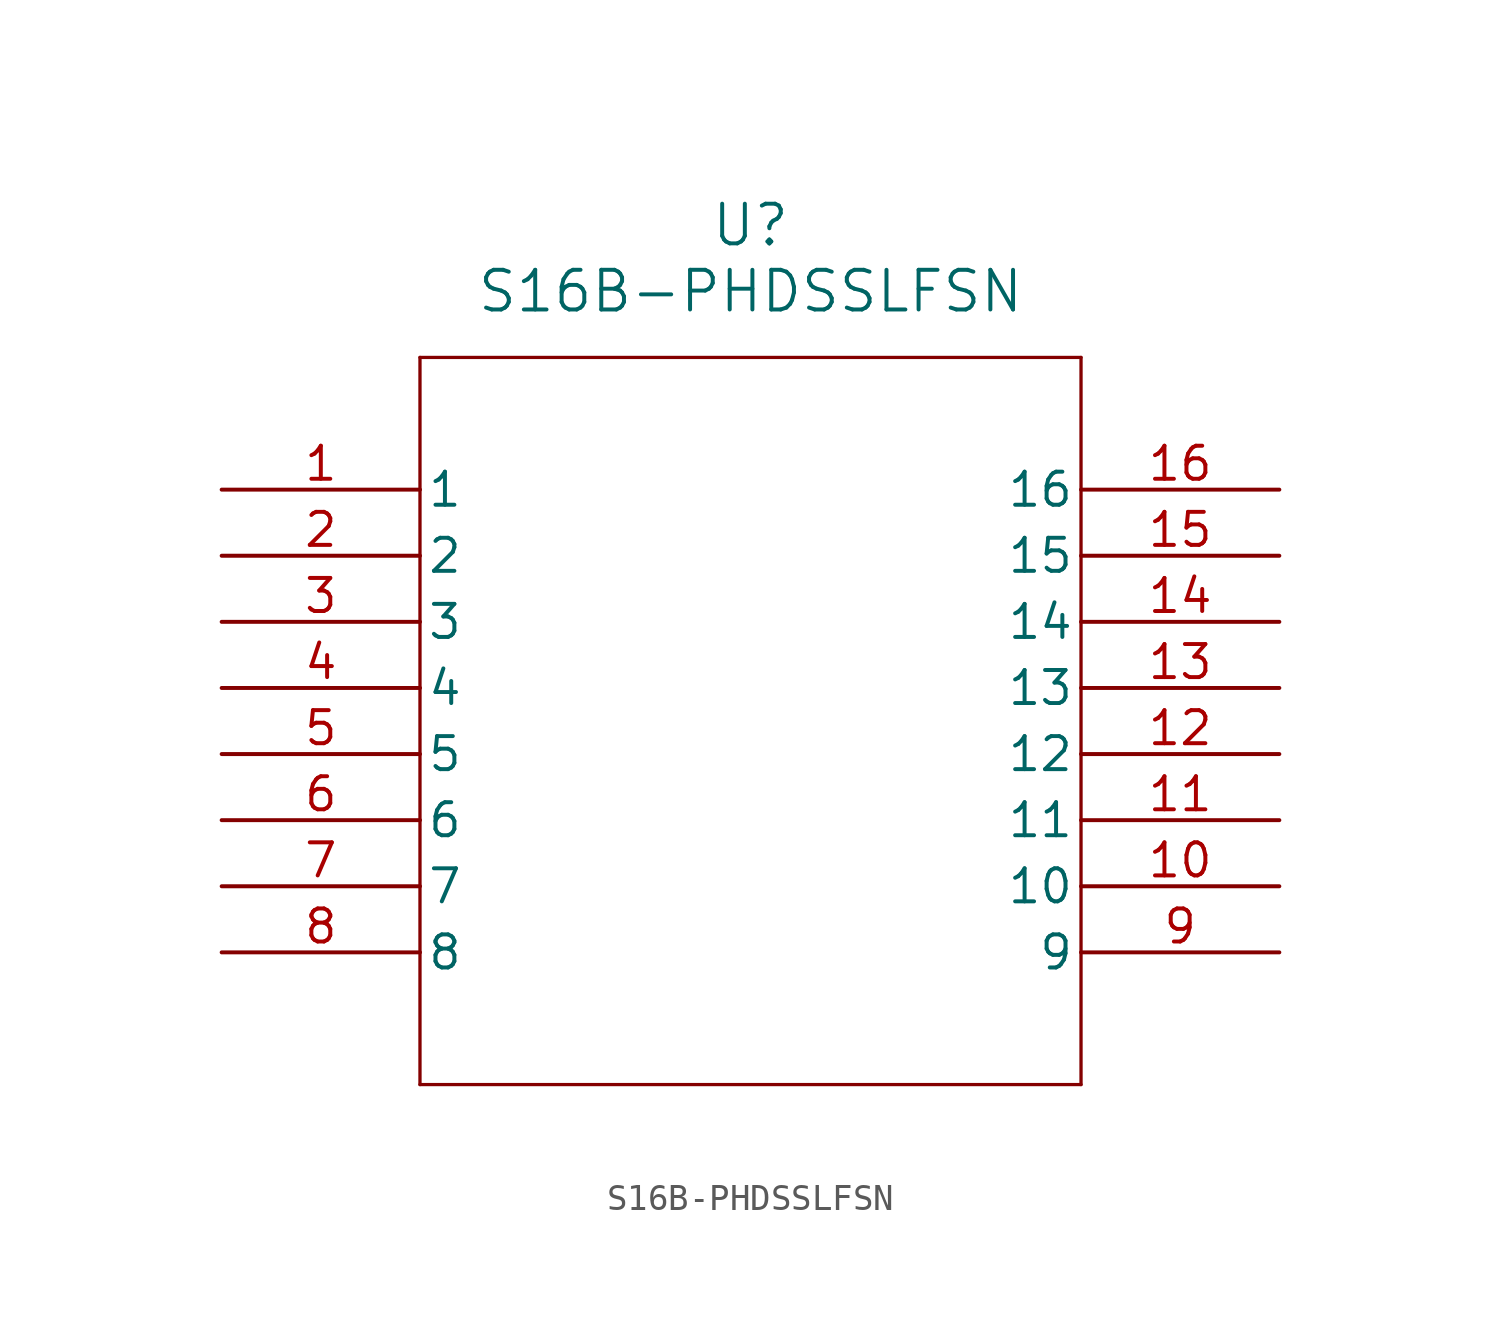
<source format=kicad_sym>
(kicad_symbol_lib
  (version 20231120)
  (generator "kicad_symbol_editor")
  (generator_version "8.0")
  (symbol "S16B-PHDSSLFSN"
    (pin_names
      (offset 0.254))
    (property "Reference" "U"
      (at 20.32 10.16 0)
      (effects (font (size 1.524 1.524))))
    (property "Value" "S16B-PHDSSLFSN"
      (at 20.32 7.62 0)
      (effects (font (size 1.524 1.524))))
    (property "ki_locked" ""
      (at 0 0 0)
      (effects (font (size 1.27 1.27))))
    (symbol "S16B-PHDSSLFSN_0_1"
      (polyline (pts (xy 7.62 -22.86) (xy 33.02 -22.86)) (stroke (width 0.127) (type default)) (fill (type none)))
      (polyline (pts (xy 7.62 5.08) (xy 7.62 -22.86)) (stroke (width 0.127) (type default)) (fill (type none)))
      (polyline (pts (xy 33.02 -22.86) (xy 33.02 5.08)) (stroke (width 0.127) (type default)) (fill (type none)))
      (polyline (pts (xy 33.02 5.08) (xy 7.62 5.08)) (stroke (width 0.127) (type default)) (fill (type none)))
      (pin unspecified line (at 0 0 0) (length 7.62) (name "1" (effects (font (size 1.27 1.27)))) (number "1" (effects (font (size 1.27 1.27)))))
      (pin unspecified line (at 40.64 -15.24 180) (length 7.62) (name "10" (effects (font (size 1.27 1.27)))) (number "10" (effects (font (size 1.27 1.27)))))
      (pin unspecified line (at 40.64 -12.7 180) (length 7.62) (name "11" (effects (font (size 1.27 1.27)))) (number "11" (effects (font (size 1.27 1.27)))))
      (pin unspecified line (at 40.64 -10.16 180) (length 7.62) (name "12" (effects (font (size 1.27 1.27)))) (number "12" (effects (font (size 1.27 1.27)))))
      (pin unspecified line (at 40.64 -7.62 180) (length 7.62) (name "13" (effects (font (size 1.27 1.27)))) (number "13" (effects (font (size 1.27 1.27)))))
      (pin unspecified line (at 40.64 -5.08 180) (length 7.62) (name "14" (effects (font (size 1.27 1.27)))) (number "14" (effects (font (size 1.27 1.27)))))
      (pin unspecified line (at 40.64 -2.54 180) (length 7.62) (name "15" (effects (font (size 1.27 1.27)))) (number "15" (effects (font (size 1.27 1.27)))))
      (pin unspecified line (at 40.64 0 180) (length 7.62) (name "16" (effects (font (size 1.27 1.27)))) (number "16" (effects (font (size 1.27 1.27)))))
      (pin unspecified line (at 0 -2.54 0) (length 7.62) (name "2" (effects (font (size 1.27 1.27)))) (number "2" (effects (font (size 1.27 1.27)))))
      (pin unspecified line (at 0 -5.08 0) (length 7.62) (name "3" (effects (font (size 1.27 1.27)))) (number "3" (effects (font (size 1.27 1.27)))))
      (pin unspecified line (at 0 -7.62 0) (length 7.62) (name "4" (effects (font (size 1.27 1.27)))) (number "4" (effects (font (size 1.27 1.27)))))
      (pin unspecified line (at 0 -10.16 0) (length 7.62) (name "5" (effects (font (size 1.27 1.27)))) (number "5" (effects (font (size 1.27 1.27)))))
      (pin unspecified line (at 0 -12.7 0) (length 7.62) (name "6" (effects (font (size 1.27 1.27)))) (number "6" (effects (font (size 1.27 1.27)))))
      (pin unspecified line (at 0 -15.24 0) (length 7.62) (name "7" (effects (font (size 1.27 1.27)))) (number "7" (effects (font (size 1.27 1.27)))))
      (pin unspecified line (at 0 -17.78 0) (length 7.62) (name "8" (effects (font (size 1.27 1.27)))) (number "8" (effects (font (size 1.27 1.27)))))
      (pin unspecified line (at 40.64 -17.78 180) (length 7.62) (name "9" (effects (font (size 1.27 1.27)))) (number "9" (effects (font (size 1.27 1.27))))))))
</source>
